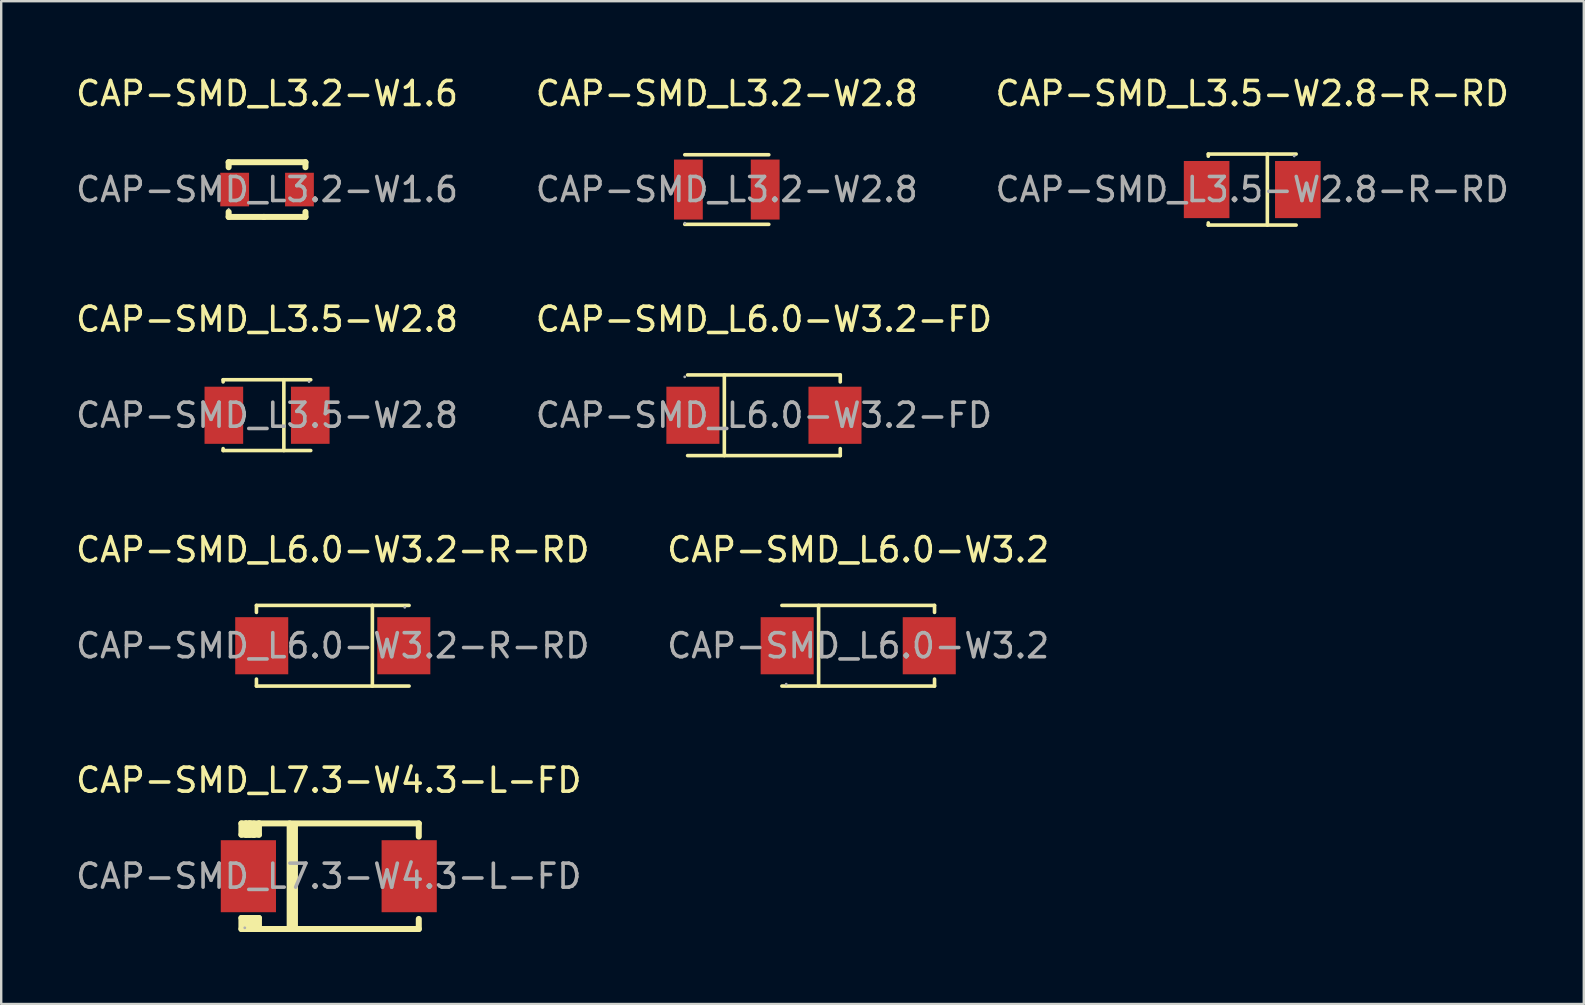
<source format=kicad_pcb>
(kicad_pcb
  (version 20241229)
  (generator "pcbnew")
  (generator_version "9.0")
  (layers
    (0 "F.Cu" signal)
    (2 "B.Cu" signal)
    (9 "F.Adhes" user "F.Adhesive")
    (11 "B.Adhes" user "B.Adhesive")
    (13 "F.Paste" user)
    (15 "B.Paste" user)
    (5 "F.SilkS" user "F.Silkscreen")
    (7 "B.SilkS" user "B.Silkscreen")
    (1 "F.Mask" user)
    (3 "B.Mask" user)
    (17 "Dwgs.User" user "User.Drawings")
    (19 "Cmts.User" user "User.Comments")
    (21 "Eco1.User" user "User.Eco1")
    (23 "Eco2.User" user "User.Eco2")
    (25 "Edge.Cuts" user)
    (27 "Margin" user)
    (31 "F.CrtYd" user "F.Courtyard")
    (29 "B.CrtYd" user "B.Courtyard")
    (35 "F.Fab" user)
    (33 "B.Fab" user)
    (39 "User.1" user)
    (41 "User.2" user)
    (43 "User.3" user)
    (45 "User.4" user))
  (footprint "CAP-SMD_L3.2-W1.6"
    (layer "F.Cu")
    (at 8.077 4.848)
    (property "Reference" "CAP-SMD_L3.2-W1.6" (at 0 -4 0) (layer "F.SilkS") (effects (font (size 1 1) (thickness 0.15))))
    (attr through_hole)
    (fp_line (start -1.6 -1.14) (end -1.6 -0.93) (stroke (width 0.25) (type solid)) (layer "F.SilkS"))
    (fp_line (start -1.6 -1.14) (end 1.6 -1.14) (stroke (width 0.25) (type solid)) (layer "F.SilkS"))
    (fp_line (start -1.6 0.93) (end -1.6 1.14) (stroke (width 0.25) (type solid)) (layer "F.SilkS"))
    (fp_line (start -1.6 1.14) (end -0.13 1.14) (stroke (width 0.25) (type solid)) (layer "F.SilkS"))
    (fp_line (start -0.13 1.14) (end -0.13 1.14) (stroke (width 0.25) (type solid)) (layer "F.SilkS"))
    (fp_line (start -0.13 1.14) (end 1.6 1.14) (stroke (width 0.25) (type solid)) (layer "F.SilkS"))
    (fp_line (start 1.6 -1.14) (end 1.6 -0.93) (stroke (width 0.25) (type solid)) (layer "F.SilkS"))
    (fp_line (start 1.6 0.93) (end 1.6 1.14) (stroke (width 0.25) (type solid)) (layer "F.SilkS"))
    (fp_circle (center -1.6 0.8) (end -1.58 0.8) (stroke (width 0.04) (type solid)) (fill no) (layer "F.Fab"))
    (fp_text user "${REFERENCE}" (at 0 0 0) (layer "F.Fab") (effects (font (size 1 1) (thickness 0.15))))
    (pad "1" smd rect (at -1.35 0) (size 1.2 1.4) (layers "F.Cu" "F.Mask" "F.Paste"))
    (pad "2" smd rect (at 1.35 0) (size 1.2 1.4) (layers "F.Cu" "F.Mask" "F.Paste")))
  (footprint "CAP-SMD_L3.5-W2.8-R-RD"
    (layer "F.Cu")
    (at 49.125 4.848)
    (property "Reference" "CAP-SMD_L3.5-W2.8-R-RD" (at 0 -4 0) (layer "F.SilkS") (effects (font (size 1 1) (thickness 0.15))))
    (attr through_hole)
    (fp_line (start -1.83 -1.48) (end -1.83 -1.39) (stroke (width 0.15) (type solid)) (layer "F.SilkS"))
    (fp_line (start -1.83 -1.48) (end 1.83 -1.48) (stroke (width 0.15) (type solid)) (layer "F.SilkS"))
    (fp_line (start -1.83 1.48) (end -1.83 1.39) (stroke (width 0.15) (type solid)) (layer "F.SilkS"))
    (fp_line (start -1.83 1.48) (end 1.83 1.48) (stroke (width 0.15) (type solid)) (layer "F.SilkS"))
    (fp_line (start 0.63 -1.48) (end 0.63 1.48) (stroke (width 0.15) (type solid)) (layer "F.SilkS"))
    (fp_circle (center 1.75 -1.4) (end 1.78 -1.4) (stroke (width 0.06) (type solid)) (fill no) (layer "F.Fab"))
    (fp_text user "${REFERENCE}" (at 0 0 0) (layer "F.Fab") (effects (font (size 1 1) (thickness 0.15))))
    (pad "1" smd rect (at 1.9 0) (size 1.9 2.38) (layers "F.Cu" "F.Mask" "F.Paste"))
    (pad "2" smd rect (at -1.9 0) (size 1.9 2.38) (layers "F.Cu" "F.Mask" "F.Paste")))
  (footprint "CAP-SMD_L3.5-W2.8"
    (layer "F.Cu")
    (at 8.077 14.252)
    (property "Reference" "CAP-SMD_L3.5-W2.8" (at 0 -4 0) (layer "F.SilkS") (effects (font (size 1 1) (thickness 0.15))))
    (attr through_hole)
    (fp_line (start -1.83 -1.48) (end -1.83 -1.39) (stroke (width 0.15) (type solid)) (layer "F.SilkS"))
    (fp_line (start -1.83 -1.48) (end 1.82 -1.48) (stroke (width 0.15) (type solid)) (layer "F.SilkS"))
    (fp_line (start -1.83 1.47) (end -1.83 1.39) (stroke (width 0.15) (type solid)) (layer "F.SilkS"))
    (fp_line (start -1.83 1.47) (end 1.82 1.47) (stroke (width 0.15) (type solid)) (layer "F.SilkS"))
    (fp_line (start 0.7 -1.48) (end 0.7 1.47) (stroke (width 0.15) (type solid)) (layer "F.SilkS"))
    (fp_circle (center 1.75 -1.4) (end 1.78 -1.4) (stroke (width 0.06) (type solid)) (fill no) (layer "F.Fab"))
    (fp_text user "${REFERENCE}" (at 0 0 0) (layer "F.Fab") (effects (font (size 1 1) (thickness 0.15))))
    (pad "1" smd rect (at 1.8 0) (size 1.61 2.38) (layers "F.Cu" "F.Mask" "F.Paste"))
    (pad "2" smd rect (at -1.8 0) (size 1.61 2.38) (layers "F.Cu" "F.Mask" "F.Paste")))
  (footprint "CAP-SMD_L7.3-W4.3-L-FD"
    (layer "F.Cu")
    (at 10.649 33.458)
    (property "Reference" "CAP-SMD_L7.3-W4.3-L-FD" (at 0 -4 0) (layer "F.SilkS") (effects (font (size 1 1) (thickness 0.15))))
    (attr through_hole)
    (fp_line (start -3.64 -2.2) (end -3.45 -2.2) (stroke (width 0.25) (type solid)) (layer "F.SilkS"))
    (fp_line (start -3.64 -1.73) (end -3.64 -2.2) (stroke (width 0.25) (type solid)) (layer "F.SilkS"))
    (fp_line (start -3.64 -1.73) (end -3.45 -1.73) (stroke (width 0.25) (type solid)) (layer "F.SilkS"))
    (fp_line (start -3.64 1.74) (end -3.45 1.74) (stroke (width 0.25) (type solid)) (layer "F.SilkS"))
    (fp_line (start -3.64 2.2) (end -3.64 1.74) (stroke (width 0.25) (type solid)) (layer "F.SilkS"))
    (fp_line (start -3.6 2.2) (end -3.64 2.2) (stroke (width 0.25) (type solid)) (layer "F.SilkS"))
    (fp_line (start -3.6 2.2) (end -3.29 2.2) (stroke (width 0.25) (type solid)) (layer "F.SilkS"))
    (fp_line (start -3.45 -2.2) (end 3.75 -2.2) (stroke (width 0.25) (type solid)) (layer "F.SilkS"))
    (fp_line (start -3.45 -1.73) (end -3.45 -2.2) (stroke (width 0.25) (type solid)) (layer "F.SilkS"))
    (fp_line (start -3.45 1.74) (end -3.45 1.78) (stroke (width 0.25) (type solid)) (layer "F.SilkS"))
    (fp_line (start -3.45 1.74) (end -3.12 1.74) (stroke (width 0.25) (type solid)) (layer "F.SilkS"))
    (fp_line (start -3.45 1.78) (end -3.45 1.74) (stroke (width 0.25) (type solid)) (layer "F.SilkS"))
    (fp_line (start -3.45 2.2) (end -3.45 1.78) (stroke (width 0.25) (type solid)) (layer "F.SilkS"))
    (fp_line (start -3.45 2.2) (end 3.75 2.2) (stroke (width 0.25) (type solid)) (layer "F.SilkS"))
    (fp_line (start -3.31 -2.2) (end -3.31 -1.73) (stroke (width 0.25) (type solid)) (layer "F.SilkS"))
    (fp_line (start -3.29 1.74) (end -3.29 2.2) (stroke (width 0.25) (type solid)) (layer "F.SilkS"))
    (fp_line (start -3.29 2.2) (end -3.29 2.2) (stroke (width 0.25) (type solid)) (layer "F.SilkS"))
    (fp_line (start -3.27 1.74) (end -3.29 1.74) (stroke (width 0.25) (type solid)) (layer "F.SilkS"))
    (fp_line (start -3.25 -2.2) (end -3.31 -2.2) (stroke (width 0.25) (type solid)) (layer "F.SilkS"))
    (fp_line (start -3.12 -1.73) (end -3.45 -1.73) (stroke (width 0.25) (type solid)) (layer "F.SilkS"))
    (fp_line (start -3.12 -1.73) (end -3.12 -2.2) (stroke (width 0.25) (type solid)) (layer "F.SilkS"))
    (fp_line (start -3.12 -1.73) (end -3.12 -1.73) (stroke (width 0.25) (type solid)) (layer "F.SilkS"))
    (fp_line (start -3.12 -1.73) (end -3.12 -1.73) (stroke (width 0.25) (type solid)) (layer "F.SilkS"))
    (fp_line (start -3.12 1.74) (end -3.12 1.74) (stroke (width 0.25) (type solid)) (layer "F.SilkS"))
    (fp_line (start -3.12 1.74) (end -3.12 2.2) (stroke (width 0.25) (type solid)) (layer "F.SilkS"))
    (fp_line (start -2.91 -2.2) (end -2.91 -1.73) (stroke (width 0.25) (type solid)) (layer "F.SilkS"))
    (fp_line (start -2.91 -1.73) (end -3.45 -1.73) (stroke (width 0.25) (type solid)) (layer "F.SilkS"))
    (fp_line (start -2.91 1.74) (end -3.12 1.74) (stroke (width 0.25) (type solid)) (layer "F.SilkS"))
    (fp_line (start -2.91 1.74) (end -2.91 2.2) (stroke (width 0.25) (type solid)) (layer "F.SilkS"))
    (fp_line (start -2.9 -2.2) (end -2.91 -2.2) (stroke (width 0.25) (type solid)) (layer "F.SilkS"))
    (fp_line (start -1.63 -2.2) (end -1.63 2.2) (stroke (width 0.25) (type solid)) (layer "F.SilkS"))
    (fp_line (start -1.41 -2.16) (end -1.41 2.2) (stroke (width 0.25) (type solid)) (layer "F.SilkS"))
    (fp_line (start -1.39 -2.16) (end -1.41 -2.16) (stroke (width 0.25) (type solid)) (layer "F.SilkS"))
    (fp_line (start 3.75 -2.2) (end 3.75 -1.65) (stroke (width 0.25) (type solid)) (layer "F.SilkS"))
    (fp_line (start 3.75 2.2) (end 3.75 1.78) (stroke (width 0.25) (type solid)) (layer "F.SilkS"))
    (fp_circle (center -3.5 2.15) (end -3.47 2.15) (stroke (width 0.06) (type solid)) (fill no) (layer "F.Fab"))
    (fp_text user "${REFERENCE}" (at 0 0 0) (layer "F.Fab") (effects (font (size 1 1) (thickness 0.15))))
    (pad "1" smd rect (at -3.35 0) (size 2.3 3) (layers "F.Cu" "F.Mask" "F.Paste"))
    (pad "2" smd rect (at 3.35 0) (size 2.3 3) (layers "F.Cu" "F.Mask" "F.Paste")))
  (footprint "CAP-SMD_L6.0-W3.2-FD"
    (layer "F.Cu")
    (at 28.78 14.252)
    (property "Reference" "CAP-SMD_L6.0-W3.2-FD" (at 0 -4 0) (layer "F.SilkS") (effects (font (size 1 1) (thickness 0.15))))
    (attr through_hole)
    (fp_line (start -1.65 1.68) (end -1.65 -1.68) (stroke (width 0.15) (type solid)) (layer "F.SilkS"))
    (fp_line (start 3.18 -1.68) (end -3.18 -1.68) (stroke (width 0.15) (type solid)) (layer "F.SilkS"))
    (fp_line (start 3.18 -1.68) (end 3.18 -1.39) (stroke (width 0.15) (type solid)) (layer "F.SilkS"))
    (fp_line (start 3.18 1.68) (end -3.18 1.68) (stroke (width 0.15) (type solid)) (layer "F.SilkS"))
    (fp_line (start 3.18 1.68) (end 3.18 1.39) (stroke (width 0.15) (type solid)) (layer "F.SilkS"))
    (fp_circle (center -3.3 -1.6) (end -3.27 -1.6) (stroke (width 0.06) (type solid)) (fill no) (layer "F.Fab"))
    (fp_text user "${REFERENCE}" (at 0 0 0) (layer "F.Fab") (effects (font (size 1 1) (thickness 0.15))))
    (pad "1" smd rect (at -2.96 0 180) (size 2.21 2.38) (layers "F.Cu" "F.Mask" "F.Paste"))
    (pad "2" smd rect (at 2.96 0 180) (size 2.21 2.38) (layers "F.Cu" "F.Mask" "F.Paste")))
  (footprint "CAP-SMD_L3.2-W2.8"
    (layer "F.Cu")
    (at 27.232 4.848)
    (property "Reference" "CAP-SMD_L3.2-W2.8" (at 0 -4 0) (layer "F.SilkS") (effects (font (size 1 1) (thickness 0.15))))
    (attr through_hole)
    (fp_line (start -1.75 1.45) (end 1.75 1.45) (stroke (width 0.15) (type solid)) (layer "F.SilkS"))
    (fp_line (start 1.75 -1.45) (end -1.75 -1.45) (stroke (width 0.15) (type solid)) (layer "F.SilkS"))
    (fp_circle (center -1.75 1.4) (end -1.72 1.4) (stroke (width 0.06) (type solid)) (fill no) (layer "F.Fab"))
    (fp_text user "${REFERENCE}" (at 0 0 0) (layer "F.Fab") (effects (font (size 1 1) (thickness 0.15))))
    (pad "1" smd rect (at -1.6 0) (size 1.2 2.5) (layers "F.Cu" "F.Mask" "F.Paste"))
    (pad "2" smd rect (at 1.6 0) (size 1.2 2.5) (layers "F.Cu" "F.Mask" "F.Paste")))
  (footprint "CAP-SMD_L6.0-W3.2-R-RD"
    (layer "F.Cu")
    (at 10.815 23.855)
    (property "Reference" "CAP-SMD_L6.0-W3.2-R-RD" (at 0 -4 0) (layer "F.SilkS") (effects (font (size 1 1) (thickness 0.15))))
    (attr through_hole)
    (fp_line (start -3.18 -1.68) (end -3.18 -1.39) (stroke (width 0.15) (type solid)) (layer "F.SilkS"))
    (fp_line (start -3.18 -1.68) (end 3.18 -1.68) (stroke (width 0.15) (type solid)) (layer "F.SilkS"))
    (fp_line (start -3.18 1.68) (end -3.18 1.39) (stroke (width 0.15) (type solid)) (layer "F.SilkS"))
    (fp_line (start -3.18 1.68) (end 3.18 1.68) (stroke (width 0.15) (type solid)) (layer "F.SilkS"))
    (fp_line (start 1.65 -1.68) (end 1.65 1.68) (stroke (width 0.15) (type solid)) (layer "F.SilkS"))
    (fp_circle (center 3 -1.6) (end 3.03 -1.6) (stroke (width 0.06) (type solid)) (fill no) (layer "F.Fab"))
    (fp_text user "${REFERENCE}" (at 0 0 0) (layer "F.Fab") (effects (font (size 1 1) (thickness 0.15))))
    (pad "1" smd rect (at 2.96 0) (size 2.21 2.38) (layers "F.Cu" "F.Mask" "F.Paste"))
    (pad "2" smd rect (at -2.96 0) (size 2.21 2.38) (layers "F.Cu" "F.Mask" "F.Paste")))
  (footprint "CAP-SMD_L6.0-W3.2"
    (layer "F.Cu")
    (at 32.708 23.855)
    (property "Reference" "CAP-SMD_L6.0-W3.2" (at 0 -4 0) (layer "F.SilkS") (effects (font (size 1 1) (thickness 0.15))))
    (attr through_hole)
    (fp_line (start -1.65 1.68) (end -1.65 -1.68) (stroke (width 0.15) (type solid)) (layer "F.SilkS"))
    (fp_line (start 3.18 -1.68) (end -3.18 -1.68) (stroke (width 0.15) (type solid)) (layer "F.SilkS"))
    (fp_line (start 3.18 -1.68) (end 3.18 -1.39) (stroke (width 0.15) (type solid)) (layer "F.SilkS"))
    (fp_line (start 3.18 1.68) (end -3.18 1.68) (stroke (width 0.15) (type solid)) (layer "F.SilkS"))
    (fp_line (start 3.18 1.68) (end 3.18 1.39) (stroke (width 0.15) (type solid)) (layer "F.SilkS"))
    (fp_circle (center -3 1.6) (end -2.97 1.6) (stroke (width 0.06) (type solid)) (fill no) (layer "F.Fab"))
    (fp_text user "${REFERENCE}" (at 0 0 0) (layer "F.Fab") (effects (font (size 1 1) (thickness 0.15))))
    (pad "1" smd rect (at -2.96 0 180) (size 2.21 2.38) (layers "F.Cu" "F.Mask" "F.Paste"))
    (pad "2" smd rect (at 2.96 0 180) (size 2.21 2.38) (layers "F.Cu" "F.Mask" "F.Paste")))
  (gr_rect
    (start -3 -3)
    (end 62.94 38.783)
    (stroke (width 0.1) (type default))
    (fill no)
    (layer "Edge.Cuts")))
</source>
